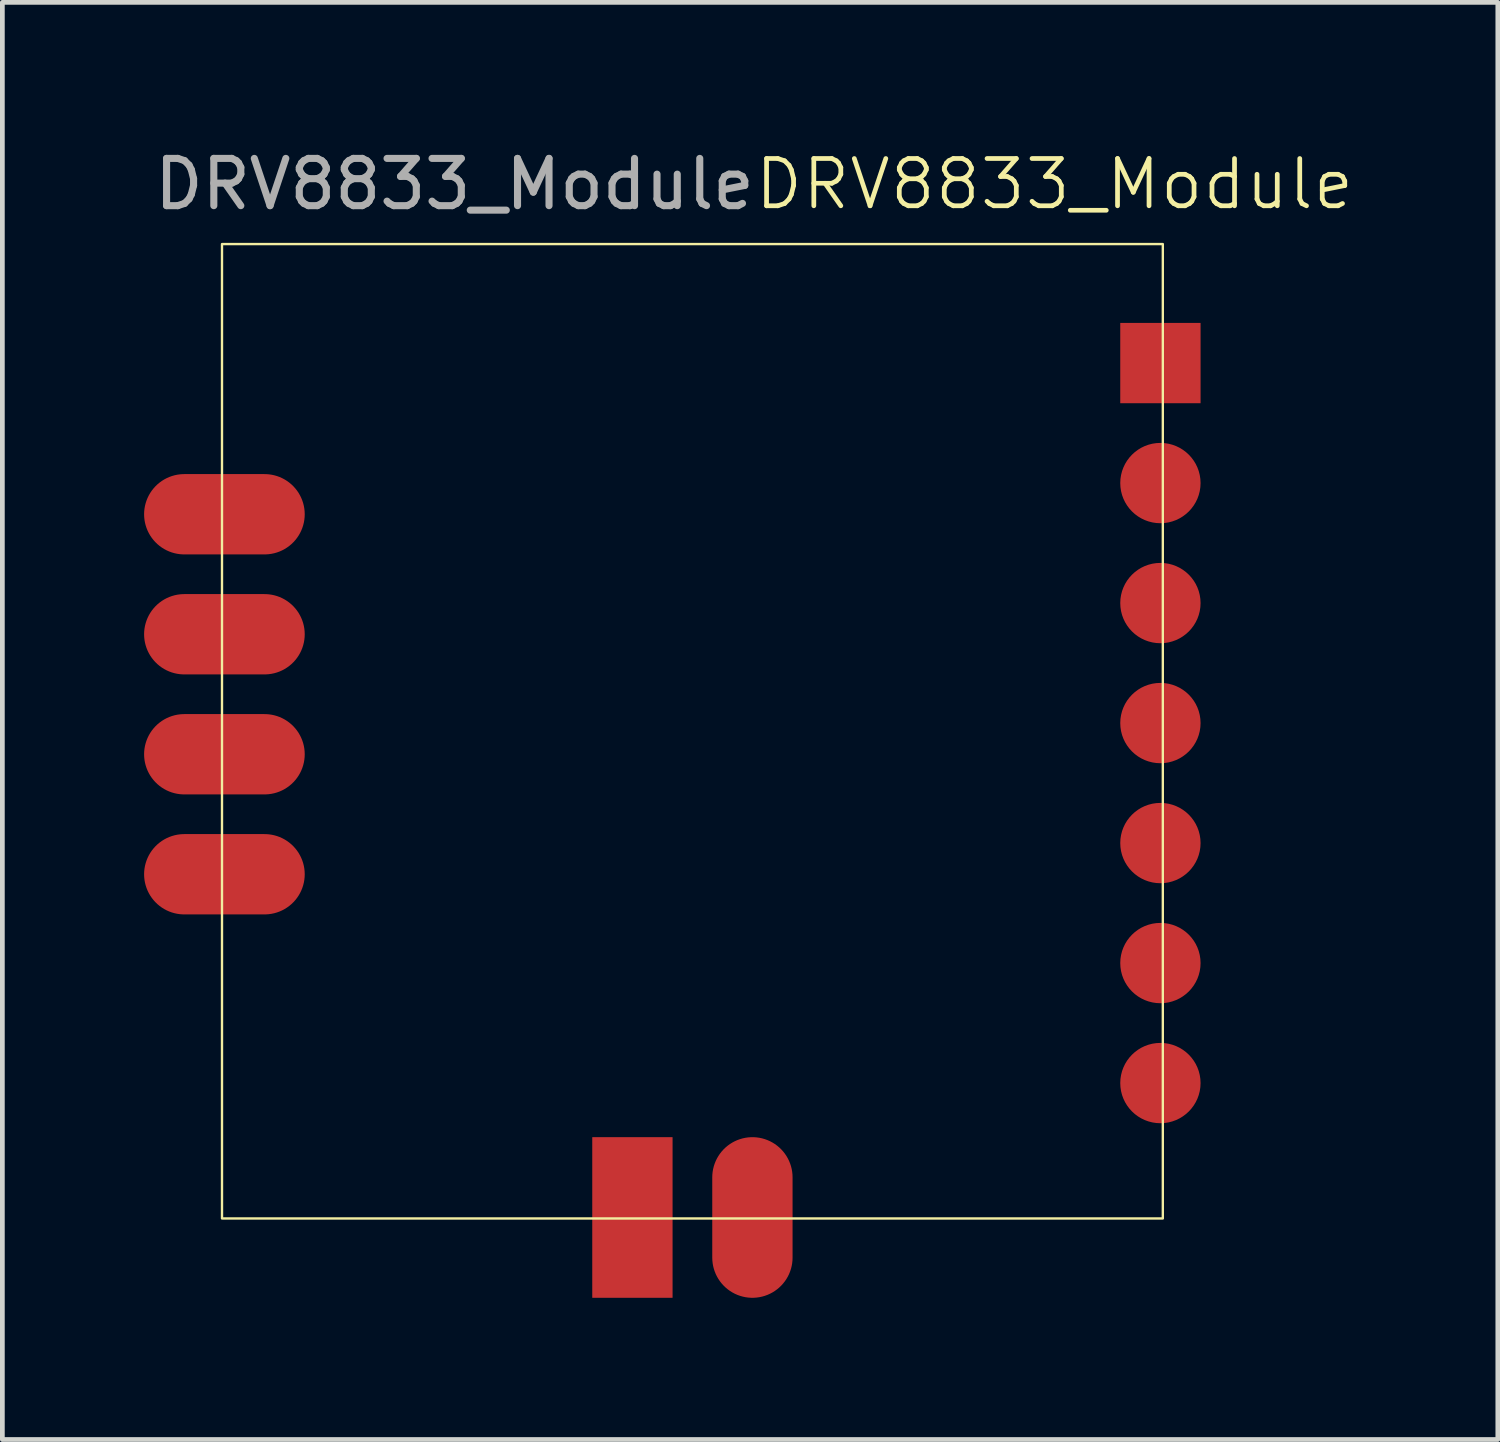
<source format=kicad_pcb>
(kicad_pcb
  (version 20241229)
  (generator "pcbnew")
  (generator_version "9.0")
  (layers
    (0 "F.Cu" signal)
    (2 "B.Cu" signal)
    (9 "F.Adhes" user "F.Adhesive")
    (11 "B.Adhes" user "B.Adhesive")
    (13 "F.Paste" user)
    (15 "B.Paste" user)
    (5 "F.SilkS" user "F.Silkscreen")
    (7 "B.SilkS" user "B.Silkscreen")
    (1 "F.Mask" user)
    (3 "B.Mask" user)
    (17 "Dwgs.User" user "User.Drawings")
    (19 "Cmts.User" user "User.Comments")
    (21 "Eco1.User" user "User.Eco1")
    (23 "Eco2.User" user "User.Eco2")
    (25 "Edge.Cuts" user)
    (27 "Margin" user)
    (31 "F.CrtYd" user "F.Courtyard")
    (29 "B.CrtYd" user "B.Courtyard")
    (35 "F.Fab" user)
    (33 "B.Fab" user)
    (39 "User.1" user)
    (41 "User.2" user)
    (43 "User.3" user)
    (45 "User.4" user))
  (footprint "DRV8833_Module"
    (layer "F.Cu")
    (at 11.651 12.278)
    (property "Reference" "DRV8833_Module" (at 7.62 -11.43 0) (unlocked yes) (layer "F.SilkS") (effects (font (size 1 1) (thickness 0.1))))
    (attr smd)
    (fp_rect (start -10.002 -10.162) (end 9.912 10.463) (stroke (width 0.05) (type default)) (fill no) (layer "F.SilkS"))
    (fp_text user "${REFERENCE}" (at -5.08 -11.43 0) (unlocked yes) (layer "F.Fab") (effects (font (size 1 1) (thickness 0.15))))
    (pad "1" smd rect (at -1.315 10.442 90) (size 3.4 1.7) (layers "F.Cu" "F.Mask"))
    (pad "1" smd rect (at 9.861 -7.643) (size 1.7 1.7) (layers "F.Cu" "F.Mask"))
    (pad "2" smd oval (at 9.861 -5.103) (size 1.7 1.7) (layers "F.Cu" "F.Mask"))
    (pad "3" smd oval (at 9.861 -2.563) (size 1.7 1.7) (layers "F.Cu" "F.Mask"))
    (pad "4" smd oval (at 9.861 -0.023) (size 1.7 1.7) (layers "F.Cu" "F.Mask"))
    (pad "5" smd oval (at 9.861 2.517) (size 1.7 1.7) (layers "F.Cu" "F.Mask"))
    (pad "6" smd oval (at 9.861 5.057) (size 1.7 1.7) (layers "F.Cu" "F.Mask"))
    (pad "7" smd oval (at 9.861 7.597) (size 1.7 1.7) (layers "F.Cu" "F.Mask"))
    (pad "8" smd oval (at 1.225 10.442 90) (size 3.4 1.7) (layers "F.Cu" "F.Mask"))
    (pad "10" smd oval (at -9.951 -4.443 180) (size 3.4 1.7) (layers "F.Cu" "F.Mask"))
    (pad "11" smd oval (at -9.951 -1.903 180) (size 3.4 1.7) (layers "F.Cu" "F.Mask"))
    (pad "12" smd oval (at -9.951 0.637 180) (size 3.4 1.7) (layers "F.Cu" "F.Mask"))
    (pad "13" smd oval (at -9.951 3.177 180) (size 3.4 1.7) (layers "F.Cu" "F.Mask")))
  (gr_rect
    (start -3 -3)
    (end 28.654 27.42)
    (stroke (width 0.1) (type default))
    (fill no)
    (layer "Edge.Cuts")))
</source>
